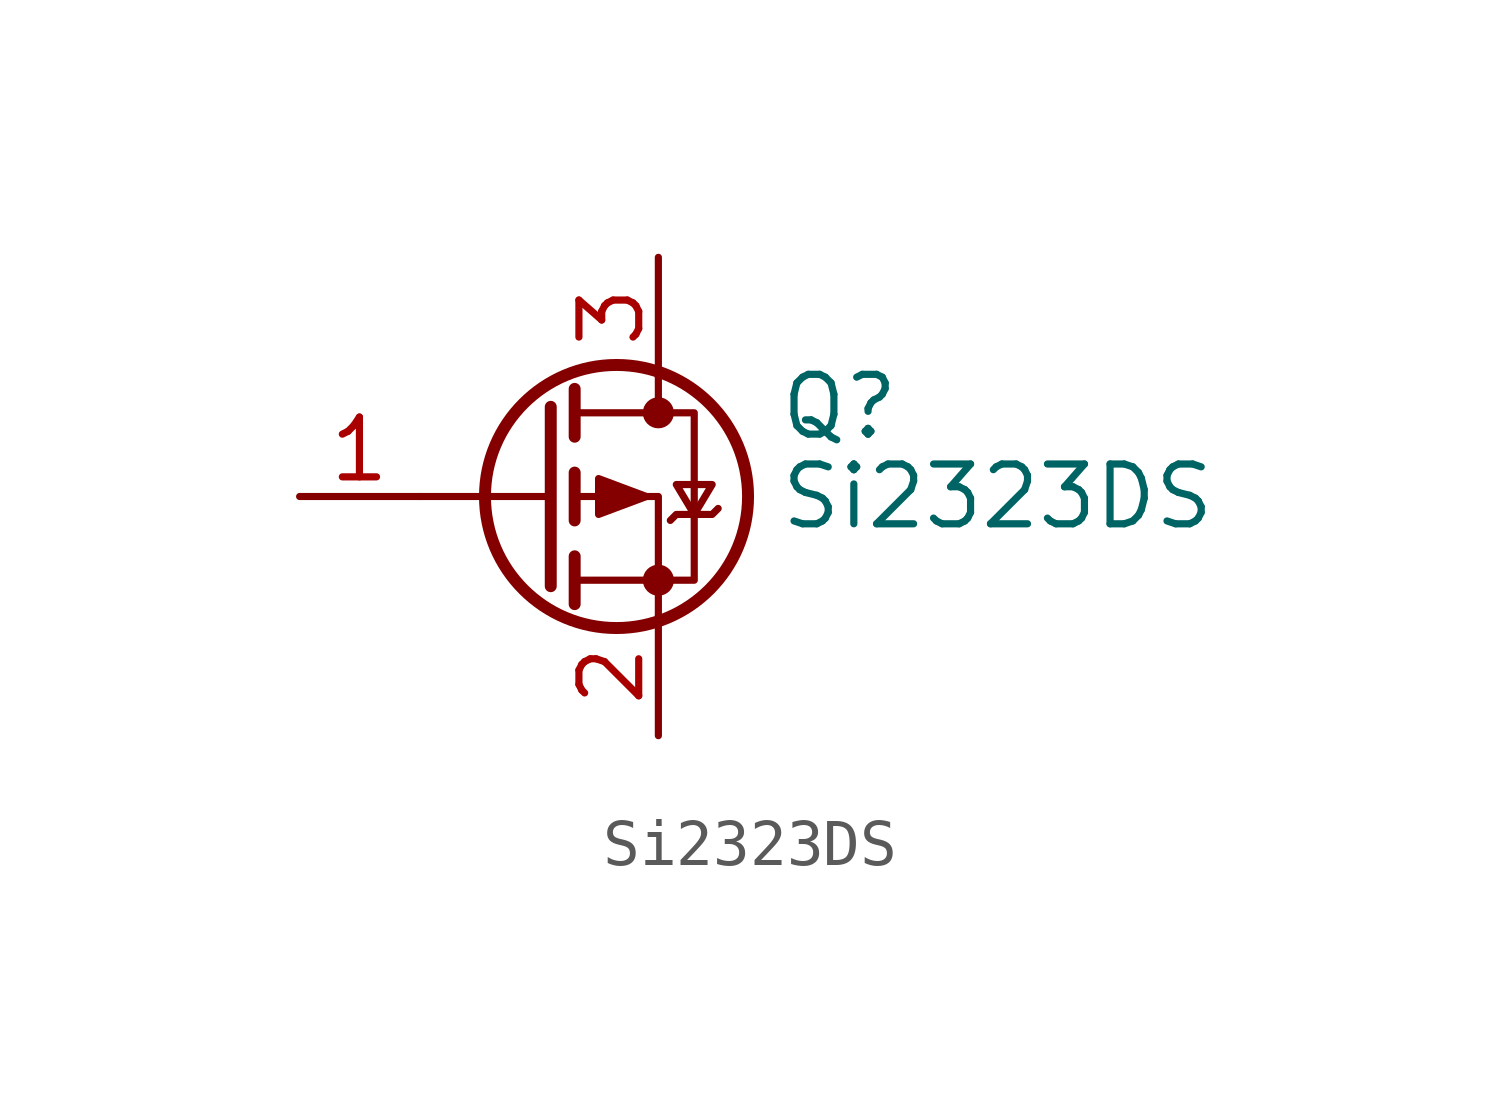
<source format=kicad_sym>
(kicad_symbol_lib
  (version 20211014)
  (generator kicad_symbol_editor)
  (symbol "Si2323DS"
    (pin_names hide)
    (property "Reference" "Q"
      (at 5.08 1.905 0)
      (effects (font (size 1.27 1.27)) (justify left)))
    (property "Value" "Si2323DS"
      (at 5.08 0 0)
      (effects (font (size 1.27 1.27)) (justify left)))
    (symbol "Si2323DS_0_1"
      (polyline (pts (xy 0.254 0) (xy -2.54 0)) (stroke (width 0) (type default) (color 0 0 0 0)) (fill (type none)))
      (polyline (pts (xy 0.254 1.905) (xy 0.254 -1.905)) (stroke (width 0.254) (type default) (color 0 0 0 0)) (fill (type none)))
      (polyline (pts (xy 0.762 -1.27) (xy 0.762 -2.286)) (stroke (width 0.254) (type default) (color 0 0 0 0)) (fill (type none)))
      (polyline (pts (xy 0.762 0.508) (xy 0.762 -0.508)) (stroke (width 0.254) (type default) (color 0 0 0 0)) (fill (type none)))
      (polyline (pts (xy 0.762 2.286) (xy 0.762 1.27)) (stroke (width 0.254) (type default) (color 0 0 0 0)) (fill (type none)))
      (polyline (pts (xy 2.54 2.54) (xy 2.54 1.778)) (stroke (width 0) (type default) (color 0 0 0 0)) (fill (type none)))
      (polyline (pts (xy 2.54 -2.54) (xy 2.54 0) (xy 0.762 0)) (stroke (width 0) (type default) (color 0 0 0 0)) (fill (type none)))
      (polyline (pts (xy 0.762 1.778) (xy 3.302 1.778) (xy 3.302 -1.778) (xy 0.762 -1.778)) (stroke (width 0) (type default) (color 0 0 0 0)) (fill (type none)))
      (polyline (pts (xy 2.286 0) (xy 1.27 0.381) (xy 1.27 -0.381) (xy 2.286 0)) (stroke (width 0) (type default) (color 0 0 0 0)) (fill (type outline)))
      (polyline (pts (xy 2.794 -0.508) (xy 2.921 -0.381) (xy 3.683 -0.381) (xy 3.81 -0.254)) (stroke (width 0) (type default) (color 0 0 0 0)) (fill (type none)))
      (polyline (pts (xy 3.302 -0.381) (xy 2.921 0.254) (xy 3.683 0.254) (xy 3.302 -0.381)) (stroke (width 0) (type default) (color 0 0 0 0)) (fill (type none)))
      (circle (center 1.651 0) (radius 2.794) (stroke (width 0.254) (type default) (color 0 0 0 0)) (fill (type none)))
      (circle (center 2.54 -1.778) (radius 0.254) (stroke (width 0) (type default) (color 0 0 0 0)) (fill (type outline)))
      (circle (center 2.54 1.778) (radius 0.254) (stroke (width 0) (type default) (color 0 0 0 0)) (fill (type outline))))
    (symbol "Si2323DS_1_1"
      (pin input line (at -5.08 0 0) (length 2.54) (name "G" (effects (font (size 1.27 1.27)))) (number "1" (effects (font (size 1.27 1.27)))))
      (pin passive line (at 2.54 -5.08 90) (length 2.54) (name "S" (effects (font (size 1.27 1.27)))) (number "2" (effects (font (size 1.27 1.27)))))
      (pin passive line (at 2.54 5.08 270) (length 2.54) (name "D" (effects (font (size 1.27 1.27)))) (number "3" (effects (font (size 1.27 1.27))))))))
</source>
